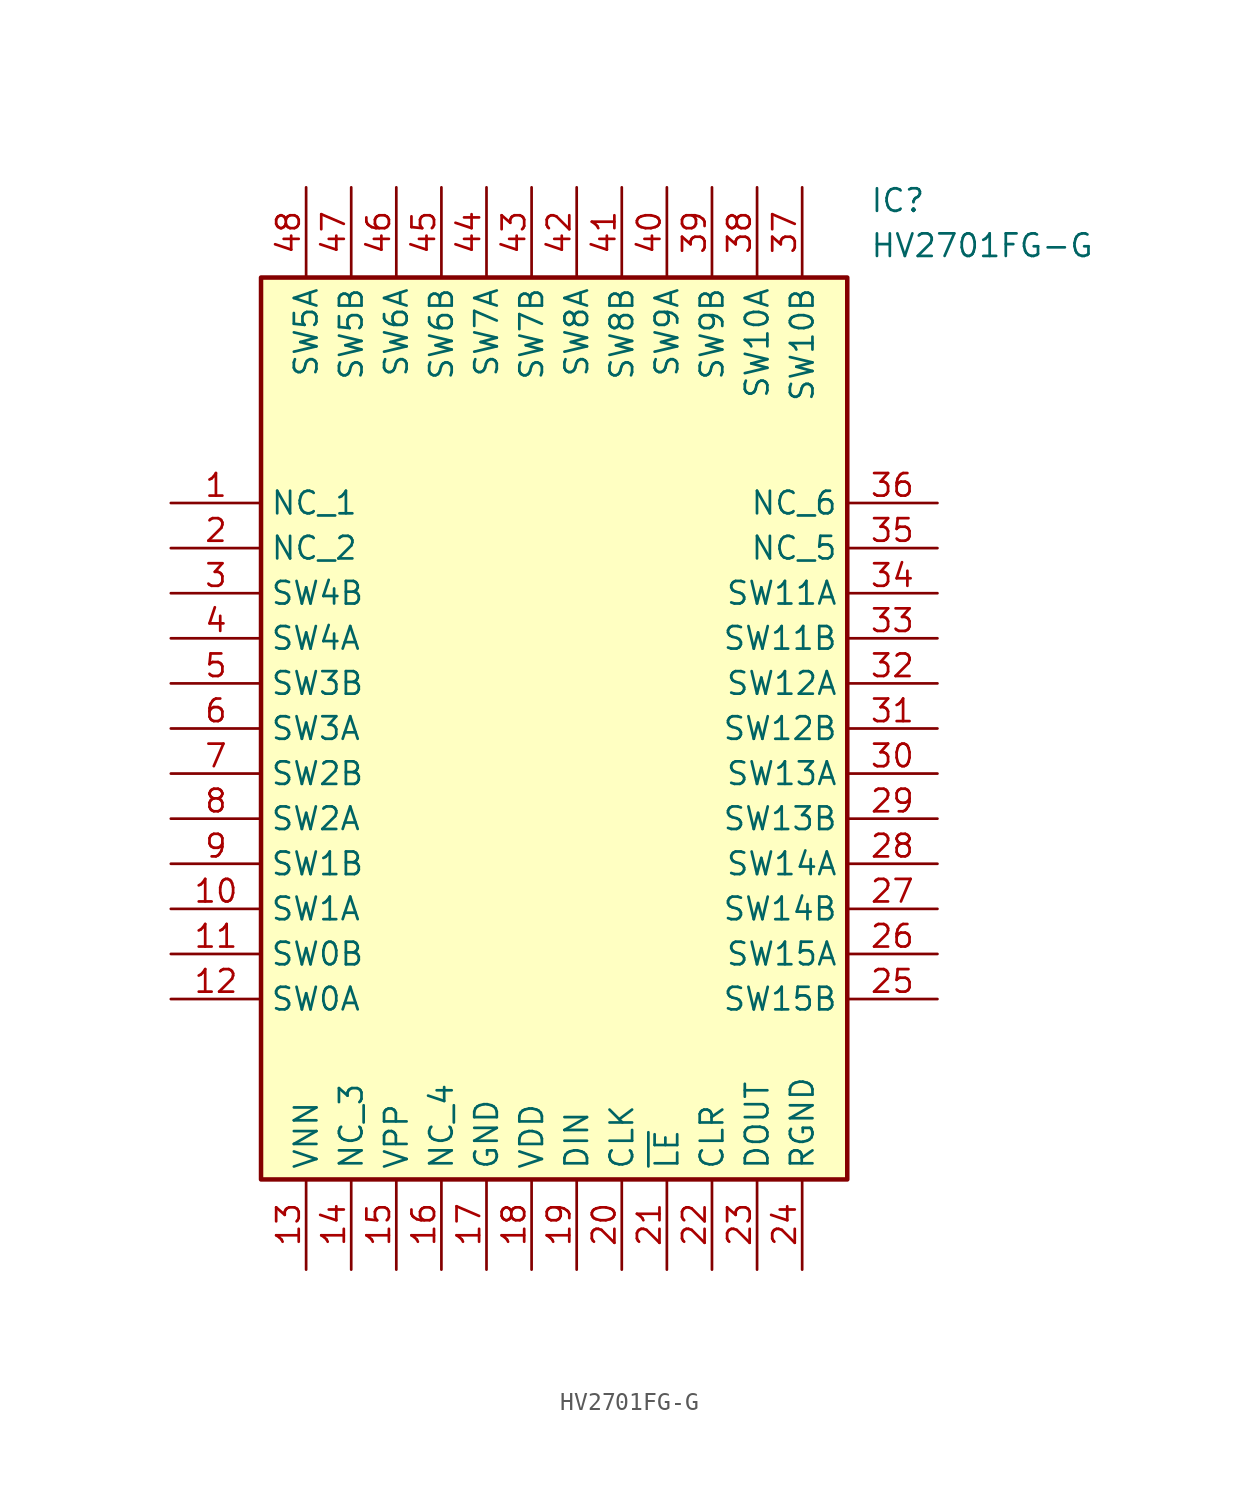
<source format=kicad_sym>
(kicad_symbol_lib
  (version 20211014)
  (generator SamacSys_ECAD_Model)
  (symbol "HV2701FG-G"
    (property "Reference" "IC"
      (at 39.37 17.78 0)
      (effects (font (size 1.27 1.27)) (justify left top)))
    (property "Value" "HV2701FG-G"
      (at 39.37 15.24 0)
      (effects (font (size 1.27 1.27)) (justify left top)))
    (rectangle
      (start 5.08 12.7)
      (end 38.1 -38.1)
      (stroke (width 0.254) (type default))
      (fill (type background)))
    (pin passive line
      (at 0 0 0)
      (length 5.08)
      (name "NC_1" (effects (font (size 1.27 1.27))))
      (number "1" (effects (font (size 1.27 1.27)))))
    (pin passive line
      (at 0 -2.54 0)
      (length 5.08)
      (name "NC_2" (effects (font (size 1.27 1.27))))
      (number "2" (effects (font (size 1.27 1.27)))))
    (pin passive line
      (at 0 -5.08 0)
      (length 5.08)
      (name "SW4B" (effects (font (size 1.27 1.27))))
      (number "3" (effects (font (size 1.27 1.27)))))
    (pin passive line
      (at 0 -7.62 0)
      (length 5.08)
      (name "SW4A" (effects (font (size 1.27 1.27))))
      (number "4" (effects (font (size 1.27 1.27)))))
    (pin passive line
      (at 0 -10.16 0)
      (length 5.08)
      (name "SW3B" (effects (font (size 1.27 1.27))))
      (number "5" (effects (font (size 1.27 1.27)))))
    (pin passive line
      (at 0 -12.7 0)
      (length 5.08)
      (name "SW3A" (effects (font (size 1.27 1.27))))
      (number "6" (effects (font (size 1.27 1.27)))))
    (pin passive line
      (at 0 -15.24 0)
      (length 5.08)
      (name "SW2B" (effects (font (size 1.27 1.27))))
      (number "7" (effects (font (size 1.27 1.27)))))
    (pin passive line
      (at 0 -17.78 0)
      (length 5.08)
      (name "SW2A" (effects (font (size 1.27 1.27))))
      (number "8" (effects (font (size 1.27 1.27)))))
    (pin passive line
      (at 0 -20.32 0)
      (length 5.08)
      (name "SW1B" (effects (font (size 1.27 1.27))))
      (number "9" (effects (font (size 1.27 1.27)))))
    (pin passive line
      (at 0 -22.86 0)
      (length 5.08)
      (name "SW1A" (effects (font (size 1.27 1.27))))
      (number "10" (effects (font (size 1.27 1.27)))))
    (pin passive line
      (at 0 -25.4 0)
      (length 5.08)
      (name "SW0B" (effects (font (size 1.27 1.27))))
      (number "11" (effects (font (size 1.27 1.27)))))
    (pin passive line
      (at 0 -27.94 0)
      (length 5.08)
      (name "SW0A" (effects (font (size 1.27 1.27))))
      (number "12" (effects (font (size 1.27 1.27)))))
    (pin passive line
      (at 7.62 -43.18 90)
      (length 5.08)
      (name "VNN" (effects (font (size 1.27 1.27))))
      (number "13" (effects (font (size 1.27 1.27)))))
    (pin passive line
      (at 10.16 -43.18 90)
      (length 5.08)
      (name "NC_3" (effects (font (size 1.27 1.27))))
      (number "14" (effects (font (size 1.27 1.27)))))
    (pin passive line
      (at 12.7 -43.18 90)
      (length 5.08)
      (name "VPP" (effects (font (size 1.27 1.27))))
      (number "15" (effects (font (size 1.27 1.27)))))
    (pin passive line
      (at 15.24 -43.18 90)
      (length 5.08)
      (name "NC_4" (effects (font (size 1.27 1.27))))
      (number "16" (effects (font (size 1.27 1.27)))))
    (pin passive line
      (at 17.78 -43.18 90)
      (length 5.08)
      (name "GND" (effects (font (size 1.27 1.27))))
      (number "17" (effects (font (size 1.27 1.27)))))
    (pin passive line
      (at 20.32 -43.18 90)
      (length 5.08)
      (name "VDD" (effects (font (size 1.27 1.27))))
      (number "18" (effects (font (size 1.27 1.27)))))
    (pin passive line
      (at 22.86 -43.18 90)
      (length 5.08)
      (name "DIN" (effects (font (size 1.27 1.27))))
      (number "19" (effects (font (size 1.27 1.27)))))
    (pin passive line
      (at 25.4 -43.18 90)
      (length 5.08)
      (name "CLK" (effects (font (size 1.27 1.27))))
      (number "20" (effects (font (size 1.27 1.27)))))
    (pin passive line
      (at 27.94 -43.18 90)
      (length 5.08)
      (name "~{LE}" (effects (font (size 1.27 1.27))))
      (number "21" (effects (font (size 1.27 1.27)))))
    (pin passive line
      (at 30.48 -43.18 90)
      (length 5.08)
      (name "CLR" (effects (font (size 1.27 1.27))))
      (number "22" (effects (font (size 1.27 1.27)))))
    (pin passive line
      (at 33.02 -43.18 90)
      (length 5.08)
      (name "DOUT" (effects (font (size 1.27 1.27))))
      (number "23" (effects (font (size 1.27 1.27)))))
    (pin passive line
      (at 35.56 -43.18 90)
      (length 5.08)
      (name "RGND" (effects (font (size 1.27 1.27))))
      (number "24" (effects (font (size 1.27 1.27)))))
    (pin passive line
      (at 43.18 0 180)
      (length 5.08)
      (name "NC_6" (effects (font (size 1.27 1.27))))
      (number "36" (effects (font (size 1.27 1.27)))))
    (pin passive line
      (at 43.18 -2.54 180)
      (length 5.08)
      (name "NC_5" (effects (font (size 1.27 1.27))))
      (number "35" (effects (font (size 1.27 1.27)))))
    (pin passive line
      (at 43.18 -5.08 180)
      (length 5.08)
      (name "SW11A" (effects (font (size 1.27 1.27))))
      (number "34" (effects (font (size 1.27 1.27)))))
    (pin passive line
      (at 43.18 -7.62 180)
      (length 5.08)
      (name "SW11B" (effects (font (size 1.27 1.27))))
      (number "33" (effects (font (size 1.27 1.27)))))
    (pin passive line
      (at 43.18 -10.16 180)
      (length 5.08)
      (name "SW12A" (effects (font (size 1.27 1.27))))
      (number "32" (effects (font (size 1.27 1.27)))))
    (pin passive line
      (at 43.18 -12.7 180)
      (length 5.08)
      (name "SW12B" (effects (font (size 1.27 1.27))))
      (number "31" (effects (font (size 1.27 1.27)))))
    (pin passive line
      (at 43.18 -15.24 180)
      (length 5.08)
      (name "SW13A" (effects (font (size 1.27 1.27))))
      (number "30" (effects (font (size 1.27 1.27)))))
    (pin passive line
      (at 43.18 -17.78 180)
      (length 5.08)
      (name "SW13B" (effects (font (size 1.27 1.27))))
      (number "29" (effects (font (size 1.27 1.27)))))
    (pin passive line
      (at 43.18 -20.32 180)
      (length 5.08)
      (name "SW14A" (effects (font (size 1.27 1.27))))
      (number "28" (effects (font (size 1.27 1.27)))))
    (pin passive line
      (at 43.18 -22.86 180)
      (length 5.08)
      (name "SW14B" (effects (font (size 1.27 1.27))))
      (number "27" (effects (font (size 1.27 1.27)))))
    (pin passive line
      (at 43.18 -25.4 180)
      (length 5.08)
      (name "SW15A" (effects (font (size 1.27 1.27))))
      (number "26" (effects (font (size 1.27 1.27)))))
    (pin passive line
      (at 43.18 -27.94 180)
      (length 5.08)
      (name "SW15B" (effects (font (size 1.27 1.27))))
      (number "25" (effects (font (size 1.27 1.27)))))
    (pin passive line
      (at 7.62 17.78 270)
      (length 5.08)
      (name "SW5A" (effects (font (size 1.27 1.27))))
      (number "48" (effects (font (size 1.27 1.27)))))
    (pin passive line
      (at 10.16 17.78 270)
      (length 5.08)
      (name "SW5B" (effects (font (size 1.27 1.27))))
      (number "47" (effects (font (size 1.27 1.27)))))
    (pin passive line
      (at 12.7 17.78 270)
      (length 5.08)
      (name "SW6A" (effects (font (size 1.27 1.27))))
      (number "46" (effects (font (size 1.27 1.27)))))
    (pin passive line
      (at 15.24 17.78 270)
      (length 5.08)
      (name "SW6B" (effects (font (size 1.27 1.27))))
      (number "45" (effects (font (size 1.27 1.27)))))
    (pin passive line
      (at 17.78 17.78 270)
      (length 5.08)
      (name "SW7A" (effects (font (size 1.27 1.27))))
      (number "44" (effects (font (size 1.27 1.27)))))
    (pin passive line
      (at 20.32 17.78 270)
      (length 5.08)
      (name "SW7B" (effects (font (size 1.27 1.27))))
      (number "43" (effects (font (size 1.27 1.27)))))
    (pin passive line
      (at 22.86 17.78 270)
      (length 5.08)
      (name "SW8A" (effects (font (size 1.27 1.27))))
      (number "42" (effects (font (size 1.27 1.27)))))
    (pin passive line
      (at 25.4 17.78 270)
      (length 5.08)
      (name "SW8B" (effects (font (size 1.27 1.27))))
      (number "41" (effects (font (size 1.27 1.27)))))
    (pin passive line
      (at 27.94 17.78 270)
      (length 5.08)
      (name "SW9A" (effects (font (size 1.27 1.27))))
      (number "40" (effects (font (size 1.27 1.27)))))
    (pin passive line
      (at 30.48 17.78 270)
      (length 5.08)
      (name "SW9B" (effects (font (size 1.27 1.27))))
      (number "39" (effects (font (size 1.27 1.27)))))
    (pin passive line
      (at 33.02 17.78 270)
      (length 5.08)
      (name "SW10A" (effects (font (size 1.27 1.27))))
      (number "38" (effects (font (size 1.27 1.27)))))
    (pin passive line
      (at 35.56 17.78 270)
      (length 5.08)
      (name "SW10B" (effects (font (size 1.27 1.27))))
      (number "37" (effects (font (size 1.27 1.27)))))))
</source>
